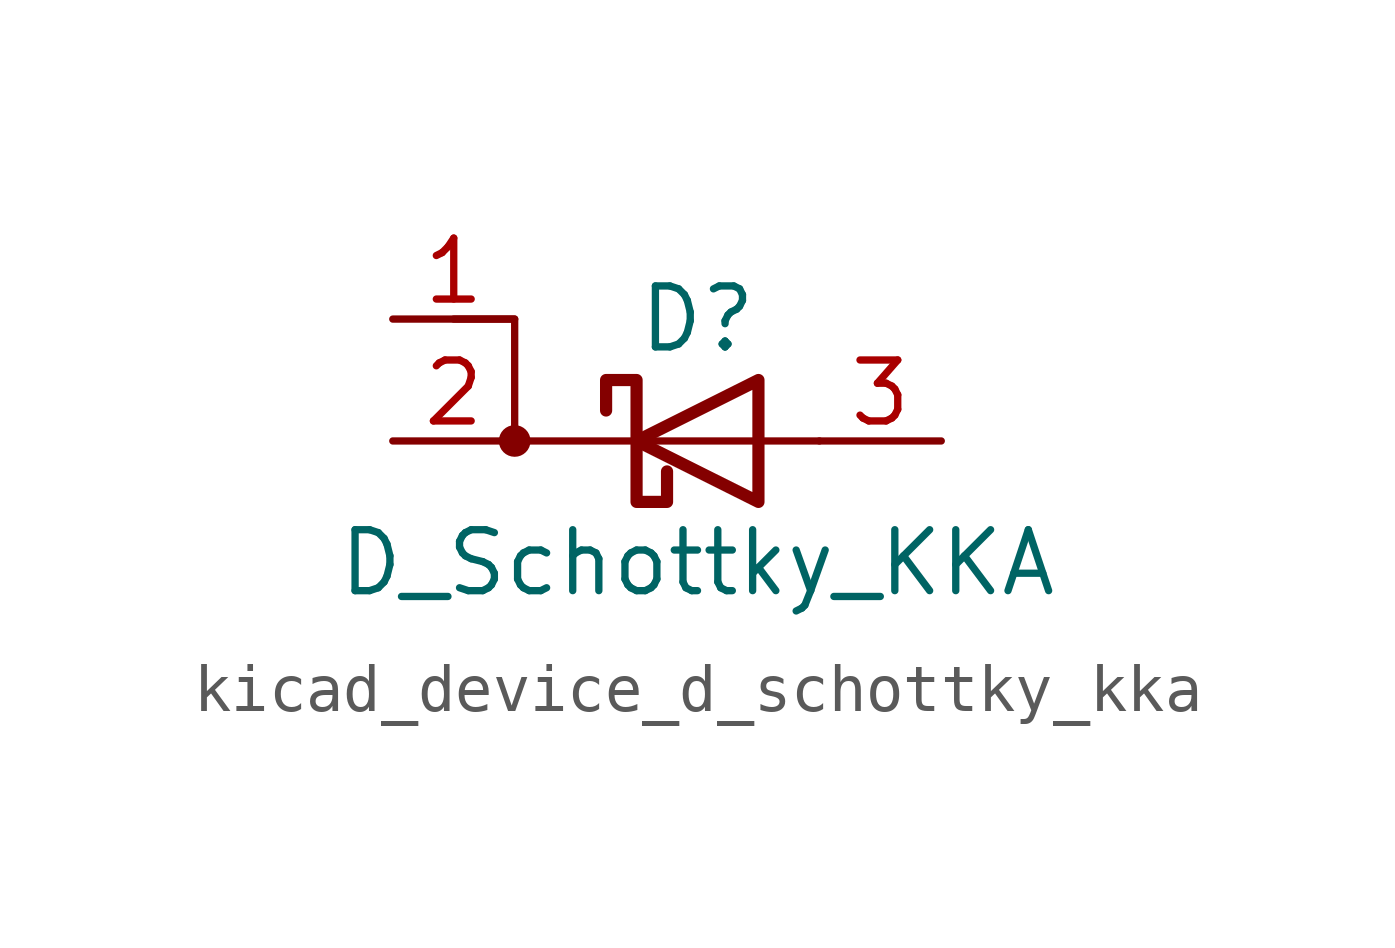
<source format=kicad_sym>
(kicad_symbol_lib
  (version 20220914)
  (generator kicad_symbol_editor)
  (symbol "kicad_device_d_schottky_kka"
    (pin_names
      (offset 0) hide)
    (property "Reference" "D"
      (at 0 2.54 0)
      (effects (font (size 1.27 1.27))))
    (property "Value" "D_Schottky_KKA"
      (at 0 -2.54 0)
      (effects (font (size 1.27 1.27))))
    (symbol "kicad_device_d_schottky_kka_0_1"
      (circle (center -3.81 0) (radius 0.254) (stroke (width 0) (type default)) (fill (type outline)))
      (polyline (pts (xy -5.08 2.54) (xy -3.81 2.54) (xy -3.81 0) (xy 2.54 0)) (stroke (width 0) (type default)) (fill (type none)))
      (polyline (pts (xy 1.27 1.27) (xy 1.27 -1.27) (xy -1.27 0) (xy 1.27 1.27)) (stroke (width 0.254) (type default)) (fill (type none)))
      (polyline (pts (xy -1.905 0.635) (xy -1.905 1.27) (xy -1.27 1.27) (xy -1.27 -1.27) (xy -0.635 -1.27) (xy -0.635 -0.635)) (stroke (width 0.254) (type default)) (fill (type none))))
    (symbol "kicad_device_d_schottky_kka_1_1"
      (pin input line (at -6.35 2.54 0) (length 2.54) (name "K" (effects (font (size 1.27 1.27)))) (number "1" (effects (font (size 1.27 1.27)))))
      (pin passive line (at -6.35 0 0) (length 2.54) (name "K" (effects (font (size 1.27 1.27)))) (number "2" (effects (font (size 1.27 1.27)))))
      (pin passive line (at 5.08 0 180) (length 2.54) (name "A" (effects (font (size 1.27 1.27)))) (number "3" (effects (font (size 1.27 1.27))))))))
</source>
